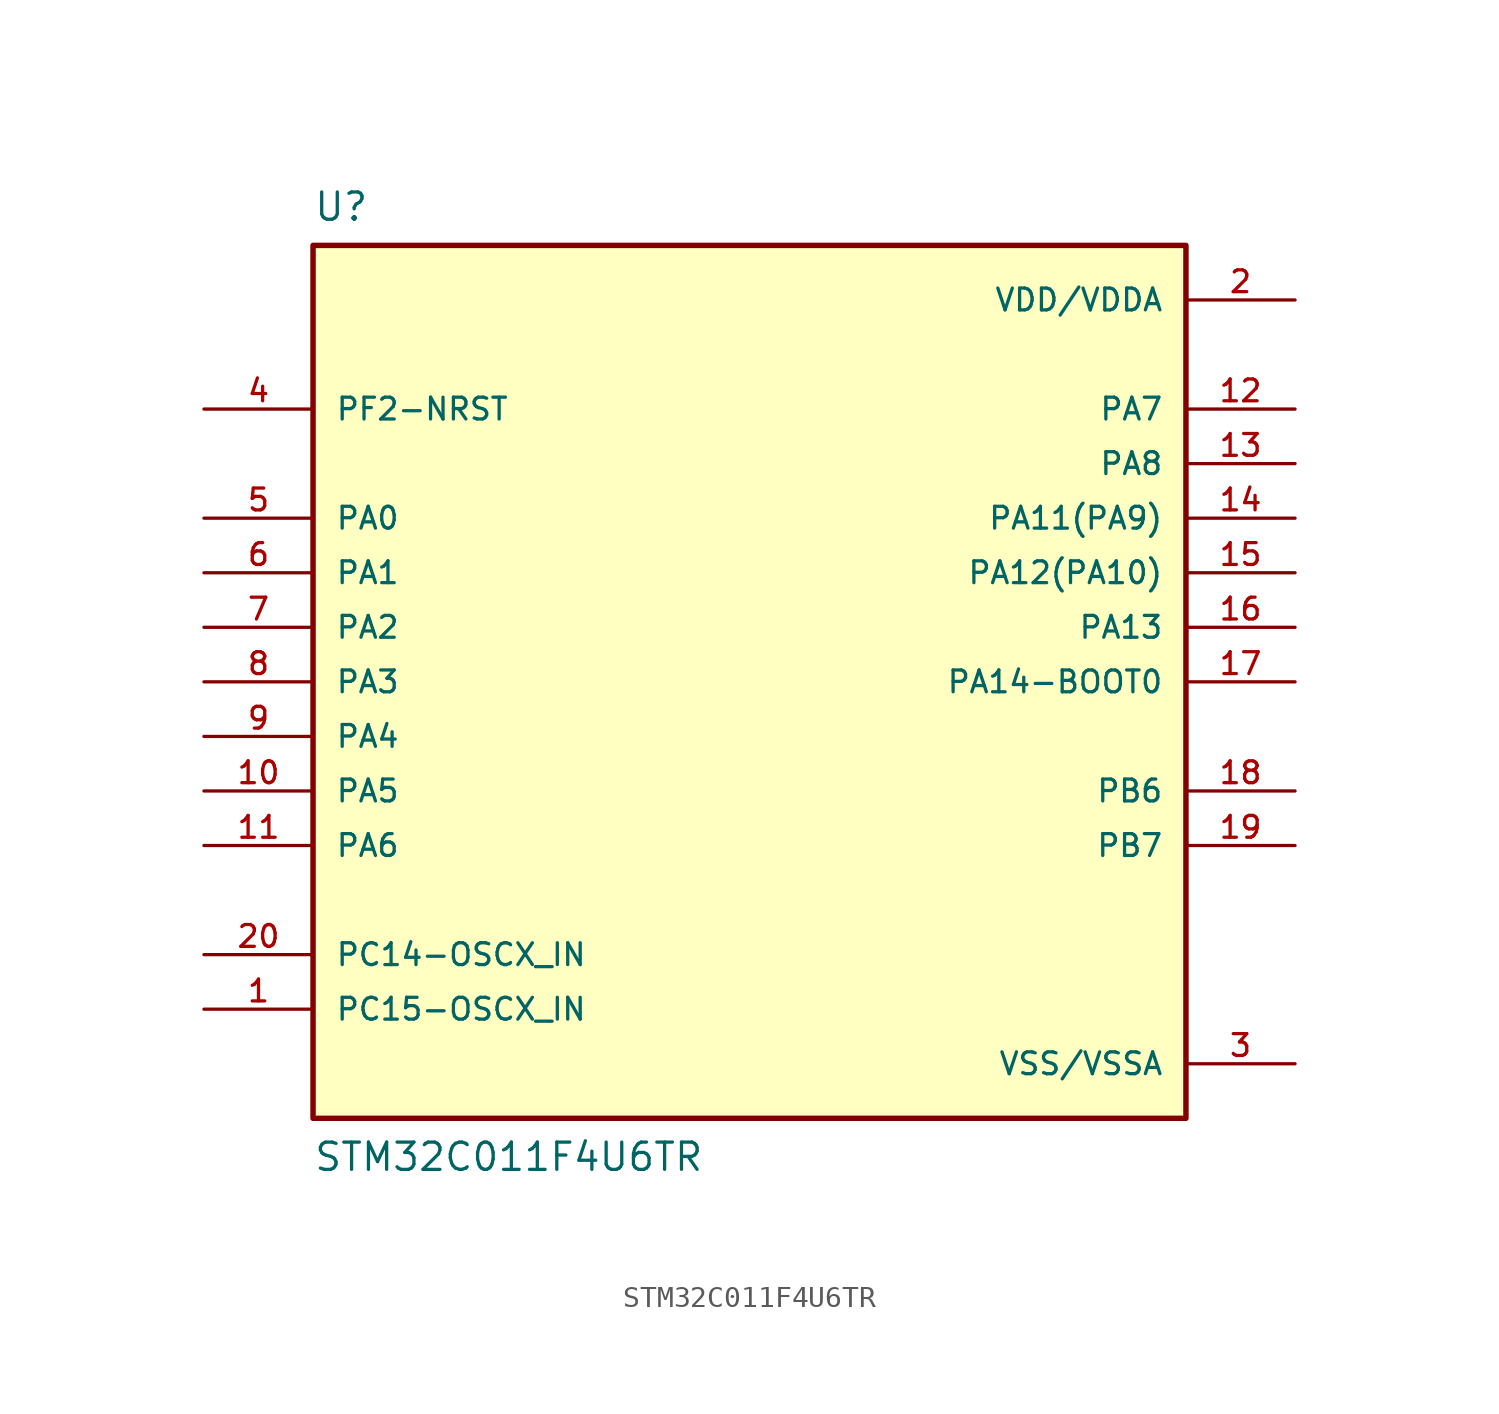
<source format=kicad_sym>
(kicad_symbol_lib
  (version 20211014)
  (generator kicad_symbol_editor)
  (symbol "STM32C011F4U6TR"
    (pin_names
      (offset 1.016))
    (property "Reference" "U"
      (at -20.32 22.86 0)
      (effects (font (size 1.27 1.27)) (justify top left)))
    (property "Value" "STM32C011F4U6TR"
      (at -20.32 -22.86 0)
      (effects (font (size 1.27 1.27)) (justify bottom left)))
    (symbol "STM32C011F4U6TR_0_0"
      (rectangle (start -20.32 -20.32) (end 20.32 20.32) (stroke (width 0.254)) (fill (type background)))
      (pin bidirectional line (at 25.4 -7.62 180.0) (length 5.08) (name "PB7" (effects (font (size 1.016 1.016)))) (number "19" (effects (font (size 1.016 1.016)))))
      (pin bidirectional line (at -25.4 -12.7 0) (length 5.08) (name "PC14-OSCX_IN" (effects (font (size 1.016 1.016)))) (number "20" (effects (font (size 1.016 1.016)))))
      (pin bidirectional line (at -25.4 -15.24 0) (length 5.08) (name "PC15-OSCX_IN" (effects (font (size 1.016 1.016)))) (number "1" (effects (font (size 1.016 1.016)))))
      (pin power_in line (at 25.4 17.78 180.0) (length 5.08) (name "VDD/VDDA" (effects (font (size 1.016 1.016)))) (number "2" (effects (font (size 1.016 1.016)))))
      (pin power_in line (at 25.4 -17.78 180.0) (length 5.08) (name "VSS/VSSA" (effects (font (size 1.016 1.016)))) (number "3" (effects (font (size 1.016 1.016)))))
      (pin bidirectional line (at -25.4 7.62 0) (length 5.08) (name "PA0" (effects (font (size 1.016 1.016)))) (number "5" (effects (font (size 1.016 1.016)))))
      (pin bidirectional line (at -25.4 12.7 0) (length 5.08) (name "PF2-NRST" (effects (font (size 1.016 1.016)))) (number "4" (effects (font (size 1.016 1.016)))))
      (pin bidirectional line (at -25.4 5.08 0) (length 5.08) (name "PA1" (effects (font (size 1.016 1.016)))) (number "6" (effects (font (size 1.016 1.016)))))
      (pin bidirectional line (at -25.4 2.54 0) (length 5.08) (name "PA2" (effects (font (size 1.016 1.016)))) (number "7" (effects (font (size 1.016 1.016)))))
      (pin bidirectional line (at -25.4 0.0 0) (length 5.08) (name "PA3" (effects (font (size 1.016 1.016)))) (number "8" (effects (font (size 1.016 1.016)))))
      (pin bidirectional line (at -25.4 -2.54 0) (length 5.08) (name "PA4" (effects (font (size 1.016 1.016)))) (number "9" (effects (font (size 1.016 1.016)))))
      (pin bidirectional line (at -25.4 -5.08 0) (length 5.08) (name "PA5" (effects (font (size 1.016 1.016)))) (number "10" (effects (font (size 1.016 1.016)))))
      (pin bidirectional line (at -25.4 -7.62 0) (length 5.08) (name "PA6" (effects (font (size 1.016 1.016)))) (number "11" (effects (font (size 1.016 1.016)))))
      (pin bidirectional line (at 25.4 12.7 180.0) (length 5.08) (name "PA7" (effects (font (size 1.016 1.016)))) (number "12" (effects (font (size 1.016 1.016)))))
      (pin bidirectional line (at 25.4 10.16 180.0) (length 5.08) (name "PA8" (effects (font (size 1.016 1.016)))) (number "13" (effects (font (size 1.016 1.016)))))
      (pin bidirectional line (at 25.4 7.62 180.0) (length 5.08) (name "PA11(PA9)" (effects (font (size 1.016 1.016)))) (number "14" (effects (font (size 1.016 1.016)))))
      (pin bidirectional line (at 25.4 5.08 180.0) (length 5.08) (name "PA12(PA10)" (effects (font (size 1.016 1.016)))) (number "15" (effects (font (size 1.016 1.016)))))
      (pin bidirectional line (at 25.4 2.54 180.0) (length 5.08) (name "PA13" (effects (font (size 1.016 1.016)))) (number "16" (effects (font (size 1.016 1.016)))))
      (pin bidirectional line (at 25.4 0.0 180.0) (length 5.08) (name "PA14-BOOT0" (effects (font (size 1.016 1.016)))) (number "17" (effects (font (size 1.016 1.016)))))
      (pin bidirectional line (at 25.4 -5.08 180.0) (length 5.08) (name "PB6" (effects (font (size 1.016 1.016)))) (number "18" (effects (font (size 1.016 1.016))))))))
</source>
